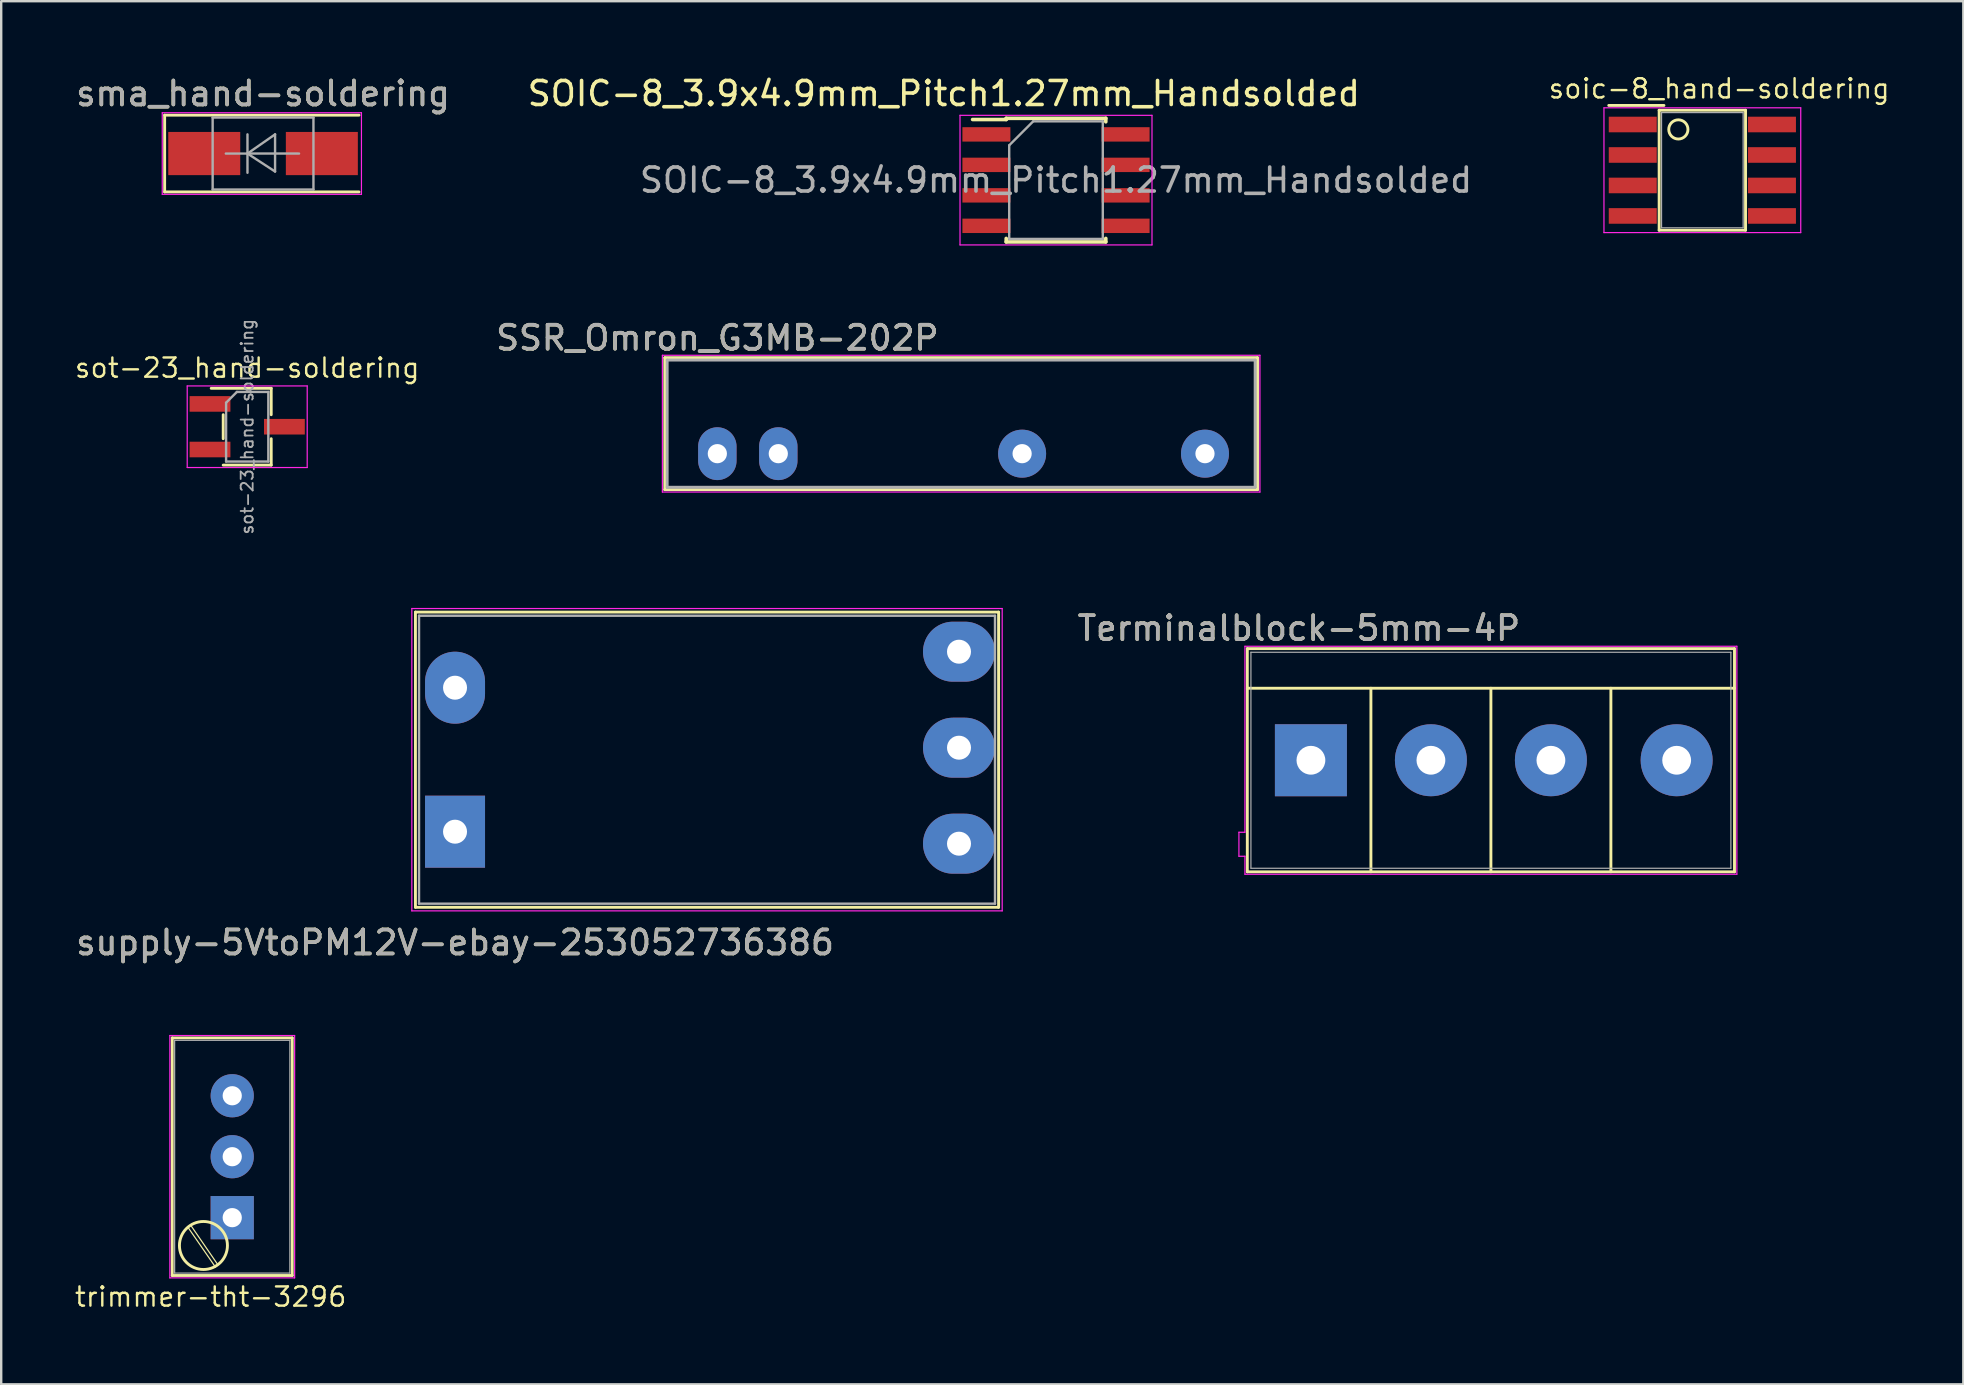
<source format=kicad_pcb>
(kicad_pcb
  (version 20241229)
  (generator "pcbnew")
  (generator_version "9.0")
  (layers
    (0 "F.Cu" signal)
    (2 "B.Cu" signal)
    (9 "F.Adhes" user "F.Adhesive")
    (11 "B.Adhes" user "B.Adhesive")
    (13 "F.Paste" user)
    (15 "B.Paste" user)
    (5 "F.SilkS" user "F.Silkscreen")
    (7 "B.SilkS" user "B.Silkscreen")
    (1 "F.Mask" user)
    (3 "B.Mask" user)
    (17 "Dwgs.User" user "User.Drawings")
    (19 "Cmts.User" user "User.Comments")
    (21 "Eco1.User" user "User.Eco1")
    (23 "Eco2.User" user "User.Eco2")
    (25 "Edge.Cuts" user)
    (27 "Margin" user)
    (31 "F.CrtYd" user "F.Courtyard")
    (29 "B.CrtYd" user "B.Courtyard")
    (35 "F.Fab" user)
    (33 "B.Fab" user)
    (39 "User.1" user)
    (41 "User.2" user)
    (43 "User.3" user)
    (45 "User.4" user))
  (footprint "sma_hand-soldering"
    (layer "F.Cu")
    (at 7.911 3.348)
    (property "Reference" "sma_hand-soldering" (at 0 -2.5 0) (layer "F.SilkS") (effects (font (size 1 1) (thickness 0.15))))
    (attr smd)
    (fp_line (start -4.1 -1.6) (end -4.1 1.6) (stroke (width 0.12) (type solid)) (layer "F.SilkS"))
    (fp_line (start -4.1 -1.6) (end 4 -1.6) (stroke (width 0.12) (type solid)) (layer "F.SilkS"))
    (fp_line (start -4.1 1.6) (end 4 1.6) (stroke (width 0.12) (type solid)) (layer "F.SilkS"))
    (fp_line (start -4.2 -1.7) (end 4.1 -1.7) (stroke (width 0.05) (type solid)) (layer "F.CrtYd"))
    (fp_line (start -4.2 1.7) (end -4.2 -1.7) (stroke (width 0.05) (type solid)) (layer "F.CrtYd"))
    (fp_line (start 4.1 -1.7) (end 4.1 1.7) (stroke (width 0.05) (type solid)) (layer "F.CrtYd"))
    (fp_line (start 4.1 1.7) (end -4.2 1.7) (stroke (width 0.05) (type solid)) (layer "F.CrtYd"))
    (fp_line (start -2.1 1.5) (end -2.1 -1.5) (stroke (width 0.1) (type solid)) (layer "F.Fab"))
    (fp_line (start -0.649 -0.799) (end -0.649 0.801) (stroke (width 0.1) (type solid)) (layer "F.Fab"))
    (fp_line (start -0.649 0.001) (end -1.551 0.001) (stroke (width 0.1) (type solid)) (layer "F.Fab"))
    (fp_line (start -0.649 0.001) (end 0.501 -0.799) (stroke (width 0.1) (type solid)) (layer "F.Fab"))
    (fp_line (start -0.649 0.001) (end 0.501 0.75) (stroke (width 0.1) (type solid)) (layer "F.Fab"))
    (fp_line (start -0.6 0) (end 1.499 0.001) (stroke (width 0.1) (type solid)) (layer "F.Fab"))
    (fp_line (start 0.501 0.75) (end 0.501 -0.799) (stroke (width 0.1) (type solid)) (layer "F.Fab"))
    (fp_line (start 2.1 -1.5) (end -2.1 -1.5) (stroke (width 0.1) (type solid)) (layer "F.Fab"))
    (fp_line (start 2.1 -1.5) (end 2.1 1.5) (stroke (width 0.1) (type solid)) (layer "F.Fab"))
    (fp_line (start 2.1 1.5) (end -2.1 1.5) (stroke (width 0.1) (type solid)) (layer "F.Fab"))
    (fp_text user "${REFERENCE}" (at 0 -2.5 0) (layer "F.Fab") (effects (font (size 1 1) (thickness 0.15))))
    (pad "1" smd rect (at -2.45 0) (size 3 1.8) (layers "F.Cu" "F.Mask" "F.Paste"))
    (pad "2" smd rect (at 2.45 0) (size 3 1.8) (layers "F.Cu" "F.Mask" "F.Paste")))
  (footprint "trimmer-tht-3296"
    (layer "F.Cu")
    (at 6.627 47.689)
    (property "Reference" "trimmer-tht-3296" (at -0.9 3.3 180) (layer "F.SilkS") (effects (font (size 0.8 0.8) (thickness 0.1))))
    (attr through_hole)
    (fp_line (start -2.5 -7.49) (end 2.5 -7.49) (stroke (width 0.12) (type solid)) (layer "F.SilkS"))
    (fp_line (start -2.5 2.41) (end -2.5 -7.49) (stroke (width 0.12) (type solid)) (layer "F.SilkS"))
    (fp_line (start -0.7 2.06) (end -1.86 0.38) (stroke (width 0.05) (type solid)) (layer "F.SilkS"))
    (fp_line (start -0.6 1.96) (end -1.7 0.36) (stroke (width 0.05) (type solid)) (layer "F.SilkS"))
    (fp_line (start 2.5 -7.49) (end 2.5 2.41) (stroke (width 0.12) (type solid)) (layer "F.SilkS"))
    (fp_line (start 2.5 2.41) (end -2.5 2.41) (stroke (width 0.12) (type solid)) (layer "F.SilkS"))
    (fp_circle (center -1.2 1.16) (end -1.2 0.16) (stroke (width 0.12) (type solid)) (fill no) (layer "F.SilkS"))
    (fp_line (start -2.6 -7.59) (end 2.6 -7.59) (stroke (width 0.05) (type solid)) (layer "F.CrtYd"))
    (fp_line (start -2.6 2.51) (end -2.6 -7.59) (stroke (width 0.05) (type solid)) (layer "F.CrtYd"))
    (fp_line (start 2.6 -7.59) (end 2.6 2.51) (stroke (width 0.05) (type solid)) (layer "F.CrtYd"))
    (fp_line (start 2.6 2.51) (end -2.6 2.51) (stroke (width 0.05) (type solid)) (layer "F.CrtYd"))
    (fp_line (start -2.4 -7.39) (end 2.4 -7.39) (stroke (width 0.05) (type solid)) (layer "F.Fab"))
    (fp_line (start -2.4 2.31) (end -2.4 -7.39) (stroke (width 0.05) (type solid)) (layer "F.Fab"))
    (fp_line (start 2.4 -7.39) (end 2.4 2.31) (stroke (width 0.05) (type solid)) (layer "F.Fab"))
    (fp_line (start 2.4 2.31) (end -2.4 2.31) (stroke (width 0.05) (type solid)) (layer "F.Fab"))
    (pad "1" thru_hole rect (at 0 0 90) (size 1.8 1.8) (drill 0.8) (layers "*.Cu" "*.Mask"))
    (pad "2" thru_hole circle (at 0 -2.54 90) (size 1.8 1.8) (drill 0.8) (layers "*.Cu" "*.Mask"))
    (pad "3" thru_hole circle (at 0 -5.08 90) (size 1.8 1.8) (drill 0.8) (layers "*.Cu" "*.Mask")))
  (footprint "Terminalblock-5mm-4P"
    (layer "F.Cu")
    (at 51.575 28.629)
    (property "Reference" "Terminalblock-5mm-4P" (at -0.5 -5.5 0) (layer "F.SilkS") (effects (font (size 1 1) (thickness 0.15))))
    (attr through_hole)
    (fp_line (start -2.65 -4.65) (end 17.65 -4.65) (stroke (width 0.12) (type solid)) (layer "F.SilkS"))
    (fp_line (start -2.65 -3) (end 17.65 -3) (stroke (width 0.12) (type solid)) (layer "F.SilkS"))
    (fp_line (start -2.65 4.65) (end -2.65 -4.65) (stroke (width 0.12) (type solid)) (layer "F.SilkS"))
    (fp_line (start 2.5 4.65) (end 2.5 -3) (stroke (width 0.12) (type solid)) (layer "F.SilkS"))
    (fp_line (start 7.5 4.65) (end 7.5 -3) (stroke (width 0.12) (type solid)) (layer "F.SilkS"))
    (fp_line (start 12.5 4.65) (end 12.5 -3) (stroke (width 0.12) (type solid)) (layer "F.SilkS"))
    (fp_line (start 17.65 -4.65) (end 17.65 4.65) (stroke (width 0.12) (type solid)) (layer "F.SilkS"))
    (fp_line (start 17.65 4.65) (end -2.65 4.65) (stroke (width 0.12) (type solid)) (layer "F.SilkS"))
    (fp_line (start -3 3) (end -2.75 3) (stroke (width 0.05) (type solid)) (layer "F.CrtYd"))
    (fp_line (start -3 4) (end -3 3) (stroke (width 0.05) (type solid)) (layer "F.CrtYd"))
    (fp_line (start -2.75 -4.75) (end 17.75 -4.75) (stroke (width 0.05) (type solid)) (layer "F.CrtYd"))
    (fp_line (start -2.75 3) (end -2.75 -4.75) (stroke (width 0.05) (type solid)) (layer "F.CrtYd"))
    (fp_line (start -2.75 4) (end -3 4) (stroke (width 0.05) (type solid)) (layer "F.CrtYd"))
    (fp_line (start -2.75 4.75) (end -2.75 4) (stroke (width 0.05) (type solid)) (layer "F.CrtYd"))
    (fp_line (start 17.75 -4.75) (end 17.75 4.75) (stroke (width 0.05) (type solid)) (layer "F.CrtYd"))
    (fp_line (start 17.75 4.75) (end -2.75 4.75) (stroke (width 0.05) (type solid)) (layer "F.CrtYd"))
    (fp_line (start -2.5 -4.5) (end -2.5 4.5) (stroke (width 0.05) (type solid)) (layer "F.Fab"))
    (fp_line (start -2.5 4.5) (end 17.5 4.5) (stroke (width 0.05) (type solid)) (layer "F.Fab"))
    (fp_line (start 17.5 -4.5) (end -2.5 -4.5) (stroke (width 0.05) (type solid)) (layer "F.Fab"))
    (fp_line (start 17.5 4.5) (end 17.5 -4.5) (stroke (width 0.05) (type solid)) (layer "F.Fab"))
    (fp_text user "${REFERENCE}" (at -0.5 -5.5 0) (layer "F.Fab") (effects (font (size 1 1) (thickness 0.15))))
    (pad "1" thru_hole rect (at 0 0) (size 3 3) (drill 1.2) (layers "*.Cu" "*.Mask"))
    (pad "2" thru_hole circle (at 5 0) (size 3 3) (drill 1.2) (layers "*.Cu" "*.Mask"))
    (pad "3" thru_hole circle (at 10 0) (size 3 3) (drill 1.2) (layers "*.Cu" "*.Mask"))
    (pad "4" thru_hole circle (at 15.24 0) (size 3 3) (drill 1.2) (layers "*.Cu" "*.Mask")))
  (footprint "supply-5VtoPM12V-ebay-253052736386"
    (layer "F.Cu")
    (at 15.911 28.606)
    (property "Reference" "supply-5VtoPM12V-ebay-253052736386" (at 0 7.62 0) (layer "F.SilkS") (effects (font (size 1 1) (thickness 0.15))))
    (attr through_hole)
    (fp_line (start -1.65 -6.15) (end -1.65 6.15) (stroke (width 0.12) (type solid)) (layer "F.SilkS"))
    (fp_line (start -1.65 6.15) (end 22.65 6.15) (stroke (width 0.12) (type solid)) (layer "F.SilkS"))
    (fp_line (start 22.65 -6.15) (end -1.65 -6.15) (stroke (width 0.12) (type solid)) (layer "F.SilkS"))
    (fp_line (start 22.65 6.15) (end 22.65 -6.15) (stroke (width 0.12) (type solid)) (layer "F.SilkS"))
    (fp_line (start -1.8 -6.3) (end -1.8 6.3) (stroke (width 0.05) (type solid)) (layer "F.CrtYd"))
    (fp_line (start -1.8 -6.3) (end 22.8 -6.3) (stroke (width 0.05) (type solid)) (layer "F.CrtYd"))
    (fp_line (start 22.8 6.3) (end -1.8 6.3) (stroke (width 0.05) (type solid)) (layer "F.CrtYd"))
    (fp_line (start 22.8 6.3) (end 22.8 -6.3) (stroke (width 0.05) (type solid)) (layer "F.CrtYd"))
    (fp_line (start -1.5 -6) (end 22.5 -6) (stroke (width 0.1) (type solid)) (layer "F.Fab"))
    (fp_line (start -1.5 6) (end -1.5 -6) (stroke (width 0.1) (type solid)) (layer "F.Fab"))
    (fp_line (start 22.5 6) (end -1.5 6) (stroke (width 0.1) (type solid)) (layer "F.Fab"))
    (fp_line (start 22.5 6) (end 22.5 -6) (stroke (width 0.1) (type solid)) (layer "F.Fab"))
    (fp_text user "${REFERENCE}" (at 0 7.62 0) (layer "F.Fab") (effects (font (size 1 1) (thickness 0.15))))
    (pad "1" thru_hole rect (at 0 3 90) (size 3 2.5) (drill 1) (layers "*.Cu" "*.Mask"))
    (pad "2" thru_hole oval (at 0 -3 90) (size 3 2.5) (drill 1) (layers "*.Cu" "*.Mask"))
    (pad "3" thru_hole oval (at 21 -4.5 90) (size 2.5 3) (drill 1) (layers "*.Cu" "*.Mask"))
    (pad "4" thru_hole oval (at 21 -0.5 90) (size 2.5 3) (drill 1) (layers "*.Cu" "*.Mask"))
    (pad "5" thru_hole oval (at 21 3.5 90) (size 2.5 3) (drill 1) (layers "*.Cu" "*.Mask")))
  (footprint "SSR_Omron_G3MB-202P"
    (layer "F.Cu")
    (at 37.001 15.854)
    (property "Reference" "SSR_Omron_G3MB-202P" (at -10.16 -4.826 0) (layer "F.SilkS") (effects (font (size 1 1) (thickness 0.15))))
    (attr through_hole)
    (fp_line (start -12.35 -4) (end -12.35 1.5) (stroke (width 0.12) (type solid)) (layer "F.SilkS"))
    (fp_line (start -12.35 -4) (end 12.35 -4) (stroke (width 0.12) (type solid)) (layer "F.SilkS"))
    (fp_line (start -12.35 1.5) (end 12.35 1.5) (stroke (width 0.12) (type solid)) (layer "F.SilkS"))
    (fp_line (start 12.35 -4) (end 12.35 1.5) (stroke (width 0.12) (type solid)) (layer "F.SilkS"))
    (fp_line (start -12.45 -4.1) (end -12.45 1.6) (stroke (width 0.05) (type solid)) (layer "F.CrtYd"))
    (fp_line (start -12.45 -4.1) (end 12.45 -4.1) (stroke (width 0.05) (type solid)) (layer "F.CrtYd"))
    (fp_line (start -12.45 1.6) (end 12.45 1.6) (stroke (width 0.05) (type solid)) (layer "F.CrtYd"))
    (fp_line (start 12.45 -4.1) (end 12.45 1.6) (stroke (width 0.05) (type solid)) (layer "F.CrtYd"))
    (fp_line (start -12.25 -3.9) (end -12.25 1.4) (stroke (width 0.12) (type solid)) (layer "F.Fab"))
    (fp_line (start -12.25 -3.9) (end 12.25 -3.9) (stroke (width 0.12) (type solid)) (layer "F.Fab"))
    (fp_line (start -12.25 1.4) (end 12.25 1.4) (stroke (width 0.12) (type solid)) (layer "F.Fab"))
    (fp_line (start 12.25 -3.9) (end 12.25 1.4) (stroke (width 0.12) (type solid)) (layer "F.Fab"))
    (fp_text user "${REFERENCE}" (at -10.16 -4.826 0) (layer "F.Fab") (effects (font (size 1 1) (thickness 0.15))))
    (pad "1" thru_hole circle (at 10.16 0 180) (size 2 2) (drill 0.8) (layers "*.Cu" "*.Mask"))
    (pad "2" thru_hole circle (at 2.54 0 180) (size 2 2) (drill 0.8) (layers "*.Cu" "*.Mask"))
    (pad "3" thru_hole oval (at -7.62 0 180) (size 1.6 2.2) (drill 0.8) (layers "*.Cu" "*.Mask"))
    (pad "4" thru_hole oval (at -10.16 0 180) (size 1.6 2.2) (drill 0.8) (layers "*.Cu" "*.Mask")))
  (footprint "soic-8_hand-soldering"
    (layer "F.Cu")
    (at 67.886 4.043)
    (property "Reference" "soic-8_hand-soldering" (at 0.7 -3.4 0) (layer "F.SilkS") (effects (font (size 0.8 0.8) (thickness 0.1))))
    (attr smd)
    (fp_line (start -1.8 -2.5) (end 1.8 -2.5) (stroke (width 0.12) (type solid)) (layer "F.SilkS"))
    (fp_line (start -1.8 2.5) (end -1.8 -2.5) (stroke (width 0.12) (type solid)) (layer "F.SilkS"))
    (fp_line (start -1.6 -2.7) (end -3.9 -2.7) (stroke (width 0.12) (type solid)) (layer "F.SilkS"))
    (fp_line (start 1.8 -2.5) (end 1.8 2.5) (stroke (width 0.12) (type solid)) (layer "F.SilkS"))
    (fp_line (start 1.8 2.5) (end -1.8 2.5) (stroke (width 0.12) (type solid)) (layer "F.SilkS"))
    (fp_circle (center -1 -1.7) (end -0.6 -1.7) (stroke (width 0.12) (type solid)) (fill no) (layer "F.SilkS"))
    (fp_line (start -4.1 -2.6) (end 4.1 -2.6) (stroke (width 0.05) (type solid)) (layer "F.CrtYd"))
    (fp_line (start -4.1 2.6) (end -4.1 -2.6) (stroke (width 0.05) (type solid)) (layer "F.CrtYd"))
    (fp_line (start 4.1 -2.6) (end 4.1 2.6) (stroke (width 0.05) (type solid)) (layer "F.CrtYd"))
    (fp_line (start 4.1 2.6) (end -4.1 2.6) (stroke (width 0.05) (type solid)) (layer "F.CrtYd"))
    (fp_line (start -1.7 -2.4) (end 1.7 -2.4) (stroke (width 0.05) (type solid)) (layer "F.Fab"))
    (fp_line (start -1.7 2.4) (end -1.7 -2.4) (stroke (width 0.05) (type solid)) (layer "F.Fab"))
    (fp_line (start 1.7 -2.4) (end 1.7 2.4) (stroke (width 0.05) (type solid)) (layer "F.Fab"))
    (fp_line (start 1.7 2.4) (end -1.7 2.4) (stroke (width 0.05) (type solid)) (layer "F.Fab"))
    (pad "1" smd rect (at -2.9 -1.905) (size 2 0.65) (layers "F.Cu" "F.Mask" "F.Paste"))
    (pad "2" smd rect (at -2.9 -0.635) (size 2 0.65) (layers "F.Cu" "F.Mask" "F.Paste"))
    (pad "3" smd rect (at -2.9 0.635) (size 2 0.65) (layers "F.Cu" "F.Mask" "F.Paste"))
    (pad "4" smd rect (at -2.9 1.905) (size 2 0.65) (layers "F.Cu" "F.Mask" "F.Paste"))
    (pad "5" smd rect (at 2.9 1.905) (size 2 0.65) (layers "F.Cu" "F.Mask" "F.Paste"))
    (pad "6" smd rect (at 2.9 0.635) (size 2 0.65) (layers "F.Cu" "F.Mask" "F.Paste"))
    (pad "7" smd rect (at 2.9 -0.635) (size 2 0.65) (layers "F.Cu" "F.Mask" "F.Paste"))
    (pad "8" smd rect (at 2.9 -1.905) (size 2 0.65) (layers "F.Cu" "F.Mask" "F.Paste")))
  (footprint "SOIC-8_3.9x4.9mm_Pitch1.27mm_Handsolded"
    (layer "F.Cu")
    (at 40.953 4.455)
    (property "Reference" "SOIC-8_3.9x4.9mm_Pitch1.27mm_Handsolded" (at -4.674 -3.607 0) (layer "F.SilkS") (effects (font (size 1 1) (thickness 0.15))))
    (attr smd)
    (fp_line (start -2.075 -2.575) (end -2.075 -2.525) (stroke (width 0.15) (type solid)) (layer "F.SilkS"))
    (fp_line (start -2.075 -2.575) (end 2.075 -2.575) (stroke (width 0.15) (type solid)) (layer "F.SilkS"))
    (fp_line (start -2.075 -2.525) (end -3.475 -2.525) (stroke (width 0.15) (type solid)) (layer "F.SilkS"))
    (fp_line (start -2.075 2.575) (end -2.075 2.43) (stroke (width 0.15) (type solid)) (layer "F.SilkS"))
    (fp_line (start -2.075 2.575) (end 2.075 2.575) (stroke (width 0.15) (type solid)) (layer "F.SilkS"))
    (fp_line (start 2.075 -2.575) (end 2.075 -2.43) (stroke (width 0.15) (type solid)) (layer "F.SilkS"))
    (fp_line (start 2.075 2.575) (end 2.075 2.43) (stroke (width 0.15) (type solid)) (layer "F.SilkS"))
    (fp_line (start -4 -2.7) (end -4 2.7) (stroke (width 0.05) (type solid)) (layer "F.CrtYd"))
    (fp_line (start -4 -2.7) (end 4 -2.7) (stroke (width 0.05) (type solid)) (layer "F.CrtYd"))
    (fp_line (start -4 2.7) (end 4 2.7) (stroke (width 0.05) (type solid)) (layer "F.CrtYd"))
    (fp_line (start 4 -2.7) (end 4 2.7) (stroke (width 0.05) (type solid)) (layer "F.CrtYd"))
    (fp_line (start -1.95 -1.45) (end -0.95 -2.45) (stroke (width 0.1) (type solid)) (layer "F.Fab"))
    (fp_line (start -1.95 2.45) (end -1.95 -1.45) (stroke (width 0.1) (type solid)) (layer "F.Fab"))
    (fp_line (start -0.95 -2.45) (end 1.95 -2.45) (stroke (width 0.1) (type solid)) (layer "F.Fab"))
    (fp_line (start 1.95 -2.45) (end 1.95 2.45) (stroke (width 0.1) (type solid)) (layer "F.Fab"))
    (fp_line (start 1.95 2.45) (end -1.95 2.45) (stroke (width 0.1) (type solid)) (layer "F.Fab"))
    (fp_text user "${REFERENCE}" (at 0 0 0) (layer "F.Fab") (effects (font (size 1 1) (thickness 0.15))))
    (pad "1" smd rect (at -2.9 -1.905) (size 2 0.6) (layers "F.Cu" "F.Mask" "F.Paste"))
    (pad "2" smd rect (at -2.9 -0.635) (size 2 0.6) (layers "F.Cu" "F.Mask" "F.Paste"))
    (pad "3" smd rect (at -2.9 0.635) (size 2 0.6) (layers "F.Cu" "F.Mask" "F.Paste"))
    (pad "4" smd rect (at -2.9 1.905) (size 2 0.6) (layers "F.Cu" "F.Mask" "F.Paste"))
    (pad "5" smd rect (at 2.9 1.905) (size 2 0.6) (layers "F.Cu" "F.Mask" "F.Paste"))
    (pad "6" smd rect (at 2.9 0.635) (size 2 0.6) (layers "F.Cu" "F.Mask" "F.Paste"))
    (pad "7" smd rect (at 2.9 -0.635) (size 2 0.6) (layers "F.Cu" "F.Mask" "F.Paste"))
    (pad "8" smd rect (at 2.9 -1.905) (size 2 0.6) (layers "F.Cu" "F.Mask" "F.Paste")))
  (footprint "sot-23_hand-soldering"
    (layer "F.Cu")
    (at 7.251 14.731)
    (property "Reference" "sot-23_hand-soldering" (at 0 -2.45 0) (layer "F.SilkS") (effects (font (size 0.8 0.8) (thickness 0.1))))
    (attr smd)
    (fp_line (start -1 0.5) (end -1 -0.5) (stroke (width 0.12) (type solid)) (layer "F.SilkS"))
    (fp_line (start 1 -1.6) (end -1.5 -1.6) (stroke (width 0.12) (type solid)) (layer "F.SilkS"))
    (fp_line (start 1 -1.6) (end 1 -0.5) (stroke (width 0.12) (type solid)) (layer "F.SilkS"))
    (fp_line (start 1 0.5) (end 1 1.6) (stroke (width 0.12) (type solid)) (layer "F.SilkS"))
    (fp_line (start 1 1.6) (end -1 1.6) (stroke (width 0.12) (type solid)) (layer "F.SilkS"))
    (fp_line (start -2.5 -1.7) (end -2.5 1.7) (stroke (width 0.05) (type solid)) (layer "F.CrtYd"))
    (fp_line (start -2.5 -1.7) (end 2.5 -1.7) (stroke (width 0.05) (type solid)) (layer "F.CrtYd"))
    (fp_line (start 2.5 1.7) (end -2.5 1.7) (stroke (width 0.05) (type solid)) (layer "F.CrtYd"))
    (fp_line (start 2.5 1.7) (end 2.5 -1.7) (stroke (width 0.05) (type solid)) (layer "F.CrtYd"))
    (fp_line (start -0.88 -1) (end -0.88 1.45) (stroke (width 0.1) (type solid)) (layer "F.Fab"))
    (fp_line (start -0.88 -1) (end -0.43 -1.45) (stroke (width 0.1) (type solid)) (layer "F.Fab"))
    (fp_line (start 0.88 -1.45) (end -0.43 -1.45) (stroke (width 0.1) (type solid)) (layer "F.Fab"))
    (fp_line (start 0.88 -1.45) (end 0.88 1.45) (stroke (width 0.1) (type solid)) (layer "F.Fab"))
    (fp_line (start 0.88 1.45) (end -0.88 1.45) (stroke (width 0.1) (type solid)) (layer "F.Fab"))
    (fp_text user "${REFERENCE}" (at 0 0 90) (layer "F.Fab") (effects (font (size 0.5 0.5) (thickness 0.075))))
    (pad "1" smd rect (at -1.55 -0.95) (size 1.7 0.65) (layers "F.Cu" "F.Mask" "F.Paste"))
    (pad "2" smd rect (at -1.55 0.95) (size 1.7 0.65) (layers "F.Cu" "F.Mask" "F.Paste"))
    (pad "3" smd rect (at 1.55 0) (size 1.7 0.65) (layers "F.Cu" "F.Mask" "F.Paste")))
  (gr_rect
    (start -3 -3)
    (end 78.761 54.633)
    (stroke (width 0.1) (type default))
    (fill no)
    (layer "Edge.Cuts")))
</source>
